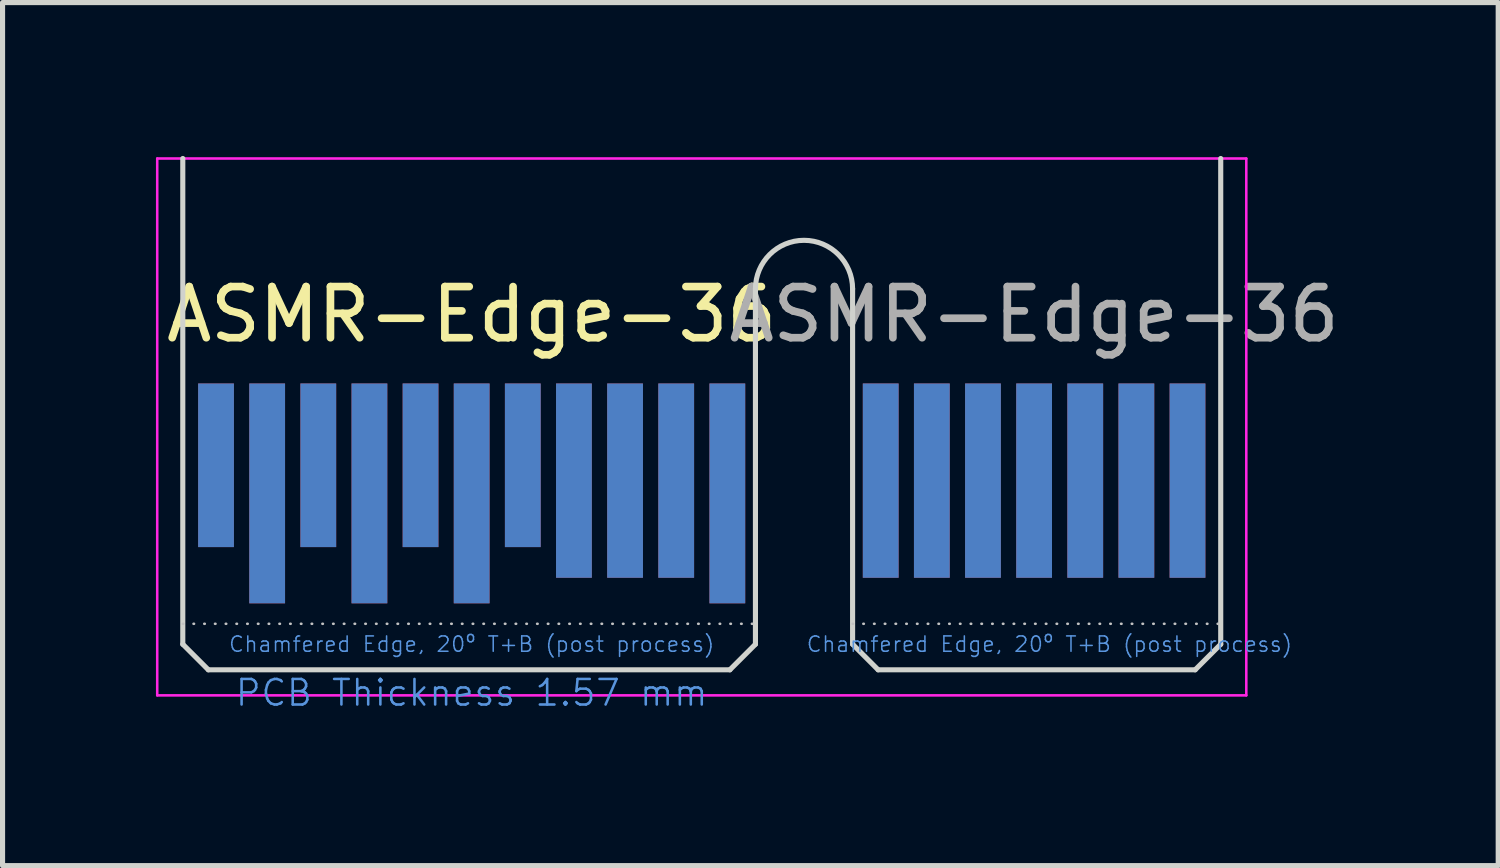
<source format=kicad_pcb>
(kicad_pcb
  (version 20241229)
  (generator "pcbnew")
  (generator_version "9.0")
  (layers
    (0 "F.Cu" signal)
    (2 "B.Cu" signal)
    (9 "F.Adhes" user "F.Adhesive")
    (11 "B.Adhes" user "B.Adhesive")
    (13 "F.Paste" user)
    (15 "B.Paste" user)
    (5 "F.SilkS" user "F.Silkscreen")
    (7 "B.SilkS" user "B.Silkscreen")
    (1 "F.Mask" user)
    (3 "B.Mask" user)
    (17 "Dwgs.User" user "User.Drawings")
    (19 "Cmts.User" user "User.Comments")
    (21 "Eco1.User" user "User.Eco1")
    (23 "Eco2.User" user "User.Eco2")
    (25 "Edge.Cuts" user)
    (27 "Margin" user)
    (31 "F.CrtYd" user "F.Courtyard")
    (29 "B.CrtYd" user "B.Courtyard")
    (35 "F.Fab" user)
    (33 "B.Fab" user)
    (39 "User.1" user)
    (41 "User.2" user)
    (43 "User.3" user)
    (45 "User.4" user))
  (footprint "ASMR-Edge-36"
    (layer "F.Cu")
    (at 12.675 1.65)
    (property "Reference" "ASMR-Edge-36" (at -6.5 1.45 0) (layer "F.SilkS") (effects (font (size 1 1) (thickness 0.15))))
    (attr exclude_from_pos_files exclude_from_bom)
    (fp_rect (start -12.15 2.8) (end 8.15 8.4) (stroke (width 0.12) (type default)) (fill yes) (layer "F.Mask"))
    (fp_rect (start -12.15 2.8) (end 8.15 8.4) (stroke (width 0.12) (type default)) (fill yes) (layer "B.Mask"))
    (fp_line (start -12.15 7.5) (end -0.95 7.5) (stroke (width 0.05) (type dot)) (layer "Dwgs.User"))
    (fp_line (start 0.95 7.5) (end 8.15 7.5) (stroke (width 0.05) (type dot)) (layer "Dwgs.User"))
    (fp_line (start -12.15 -1.6) (end -12.15 7.9) (stroke (width 0.1) (type solid)) (layer "Edge.Cuts"))
    (fp_line (start -12.15 7.9) (end -11.65 8.4) (stroke (width 0.1) (type solid)) (layer "Edge.Cuts"))
    (fp_line (start -11.65 8.4) (end -1.45 8.4) (stroke (width 0.1) (type solid)) (layer "Edge.Cuts"))
    (fp_line (start -0.95 0.95) (end -0.95 7.9) (stroke (width 0.1) (type solid)) (layer "Edge.Cuts"))
    (fp_line (start -0.95 7.9) (end -1.45 8.4) (stroke (width 0.1) (type solid)) (layer "Edge.Cuts"))
    (fp_line (start 0.95 0.95) (end 0.95 7.9) (stroke (width 0.1) (type solid)) (layer "Edge.Cuts"))
    (fp_line (start 0.95 7.9) (end 1.45 8.4) (stroke (width 0.1) (type solid)) (layer "Edge.Cuts"))
    (fp_line (start 1.45 8.4) (end 7.65 8.4) (stroke (width 0.1) (type solid)) (layer "Edge.Cuts"))
    (fp_line (start 8.15 -1.6) (end 8.15 7.9) (stroke (width 0.1) (type solid)) (layer "Edge.Cuts"))
    (fp_line (start 8.15 7.9) (end 7.65 8.4) (stroke (width 0.1) (type solid)) (layer "Edge.Cuts"))
    (fp_arc (start -0.95 0.95) (mid 0 0) (end 0.95 0.95) (stroke (width 0.1) (type solid)) (layer "Edge.Cuts"))
    (fp_line (start -12.65 -1.6) (end -12.65 8.9) (stroke (width 0.05) (type solid)) (layer "F.CrtYd"))
    (fp_line (start -12.65 -1.6) (end 8.65 -1.6) (stroke (width 0.05) (type solid)) (layer "F.CrtYd"))
    (fp_line (start 8.65 8.9) (end -12.65 8.9) (stroke (width 0.05) (type solid)) (layer "F.CrtYd"))
    (fp_line (start 8.65 8.9) (end 8.65 -1.6) (stroke (width 0.05) (type solid)) (layer "F.CrtYd"))
    (fp_text user "PCB Thickness 1.57 mm" (at -6.5 8.85 180) (layer "Cmts.User") (effects (font (size 0.5 0.5) (thickness 0.05))))
    (fp_text user "Chamfered Edge, 20º T+B (post process)" (at 4.8 7.9 0) (layer "Cmts.User") (effects (font (size 0.3 0.3) (thickness 0.03))))
    (fp_text user "Chamfered Edge, 20º T+B (post process)" (at -6.5 7.9 0) (layer "Cmts.User") (effects (font (size 0.3 0.3) (thickness 0.03))))
    (fp_text user "${REFERENCE}" (at 4.5 1.45 0) (layer "F.Fab") (effects (font (size 1 1) (thickness 0.15))))
    (pad "A1" connect rect (at -11.5 4.4) (size 0.7 3.2) (layers "B.Cu" "B.Mask"))
    (pad "A2" connect rect (at -10.5 4.95) (size 0.7 4.3) (layers "B.Cu" "B.Mask"))
    (pad "A3" connect rect (at -9.5 4.4) (size 0.7 3.2) (layers "B.Cu" "B.Mask"))
    (pad "A4" connect rect (at -8.5 4.95) (size 0.7 4.3) (layers "B.Cu" "B.Mask"))
    (pad "A5" connect rect (at -7.5 4.4) (size 0.7 3.2) (layers "B.Cu" "B.Mask"))
    (pad "A6" connect rect (at -6.5 4.95) (size 0.7 4.3) (layers "B.Cu" "B.Mask"))
    (pad "A7" connect rect (at -5.5 4.4) (size 0.7 3.2) (layers "B.Cu" "B.Mask"))
    (pad "A8" connect rect (at -4.5 4.7) (size 0.7 3.8) (layers "B.Cu" "B.Mask"))
    (pad "A9" connect rect (at -3.5 4.7) (size 0.7 3.8) (layers "B.Cu" "B.Mask"))
    (pad "A10" connect rect (at -2.5 4.7) (size 0.7 3.8) (layers "B.Cu" "B.Mask"))
    (pad "A11" connect rect (at -1.5 4.95) (size 0.7 4.3) (layers "B.Cu" "B.Mask"))
    (pad "A12" connect rect (at 1.5 4.7) (size 0.7 3.8) (layers "B.Cu" "B.Mask"))
    (pad "A13" connect rect (at 2.5 4.7) (size 0.7 3.8) (layers "B.Cu" "B.Mask"))
    (pad "A14" connect rect (at 3.5 4.7) (size 0.7 3.8) (layers "B.Cu" "B.Mask"))
    (pad "A15" connect rect (at 4.5 4.7) (size 0.7 3.8) (layers "B.Cu" "B.Mask"))
    (pad "A16" connect rect (at 5.5 4.7) (size 0.7 3.8) (layers "B.Cu" "B.Mask"))
    (pad "A17" connect rect (at 6.5 4.7) (size 0.7 3.8) (layers "B.Cu" "B.Mask"))
    (pad "A18" connect rect (at 7.5 4.7) (size 0.7 3.8) (layers "B.Cu" "B.Mask"))
    (pad "B1" connect rect (at -11.5 4.4) (size 0.7 3.2) (layers "F.Cu" "F.Mask"))
    (pad "B2" connect rect (at -10.5 4.95) (size 0.7 4.3) (layers "F.Cu" "F.Mask"))
    (pad "B3" connect rect (at -9.5 4.4) (size 0.7 3.2) (layers "F.Cu" "F.Mask"))
    (pad "B4" connect rect (at -8.5 4.95) (size 0.7 4.3) (layers "F.Cu" "F.Mask"))
    (pad "B5" connect rect (at -7.5 4.4) (size 0.7 3.2) (layers "F.Cu" "F.Mask"))
    (pad "B6" connect rect (at -6.5 4.95) (size 0.7 4.3) (layers "F.Cu" "F.Mask"))
    (pad "B7" connect rect (at -5.5 4.4) (size 0.7 3.2) (layers "F.Cu" "F.Mask"))
    (pad "B8" connect rect (at -4.5 4.7) (size 0.7 3.8) (layers "F.Cu" "F.Mask"))
    (pad "B9" connect rect (at -3.5 4.7) (size 0.7 3.8) (layers "F.Cu" "F.Mask"))
    (pad "B10" connect rect (at -2.5 4.7) (size 0.7 3.8) (layers "F.Cu" "F.Mask"))
    (pad "B11" connect rect (at -1.5 4.95) (size 0.7 4.3) (layers "F.Cu" "F.Mask"))
    (pad "B12" connect rect (at 1.5 4.7) (size 0.7 3.8) (layers "F.Cu" "F.Mask"))
    (pad "B13" connect rect (at 2.5 4.7) (size 0.7 3.8) (layers "F.Cu" "F.Mask"))
    (pad "B14" connect rect (at 3.5 4.7) (size 0.7 3.8) (layers "F.Cu" "F.Mask"))
    (pad "B15" connect rect (at 4.5 4.7) (size 0.7 3.8) (layers "F.Cu" "F.Mask"))
    (pad "B16" connect rect (at 5.5 4.7) (size 0.7 3.8) (layers "F.Cu" "F.Mask"))
    (pad "B17" connect rect (at 6.5 4.7) (size 0.7 3.8) (layers "F.Cu" "F.Mask"))
    (pad "B18" connect rect (at 7.5 4.7) (size 0.7 3.8) (layers "F.Cu" "F.Mask")))
  (gr_rect
    (start -3 -3)
    (end 26.252 13.88)
    (stroke (width 0.1) (type default))
    (fill no)
    (layer "Edge.Cuts")))
</source>
